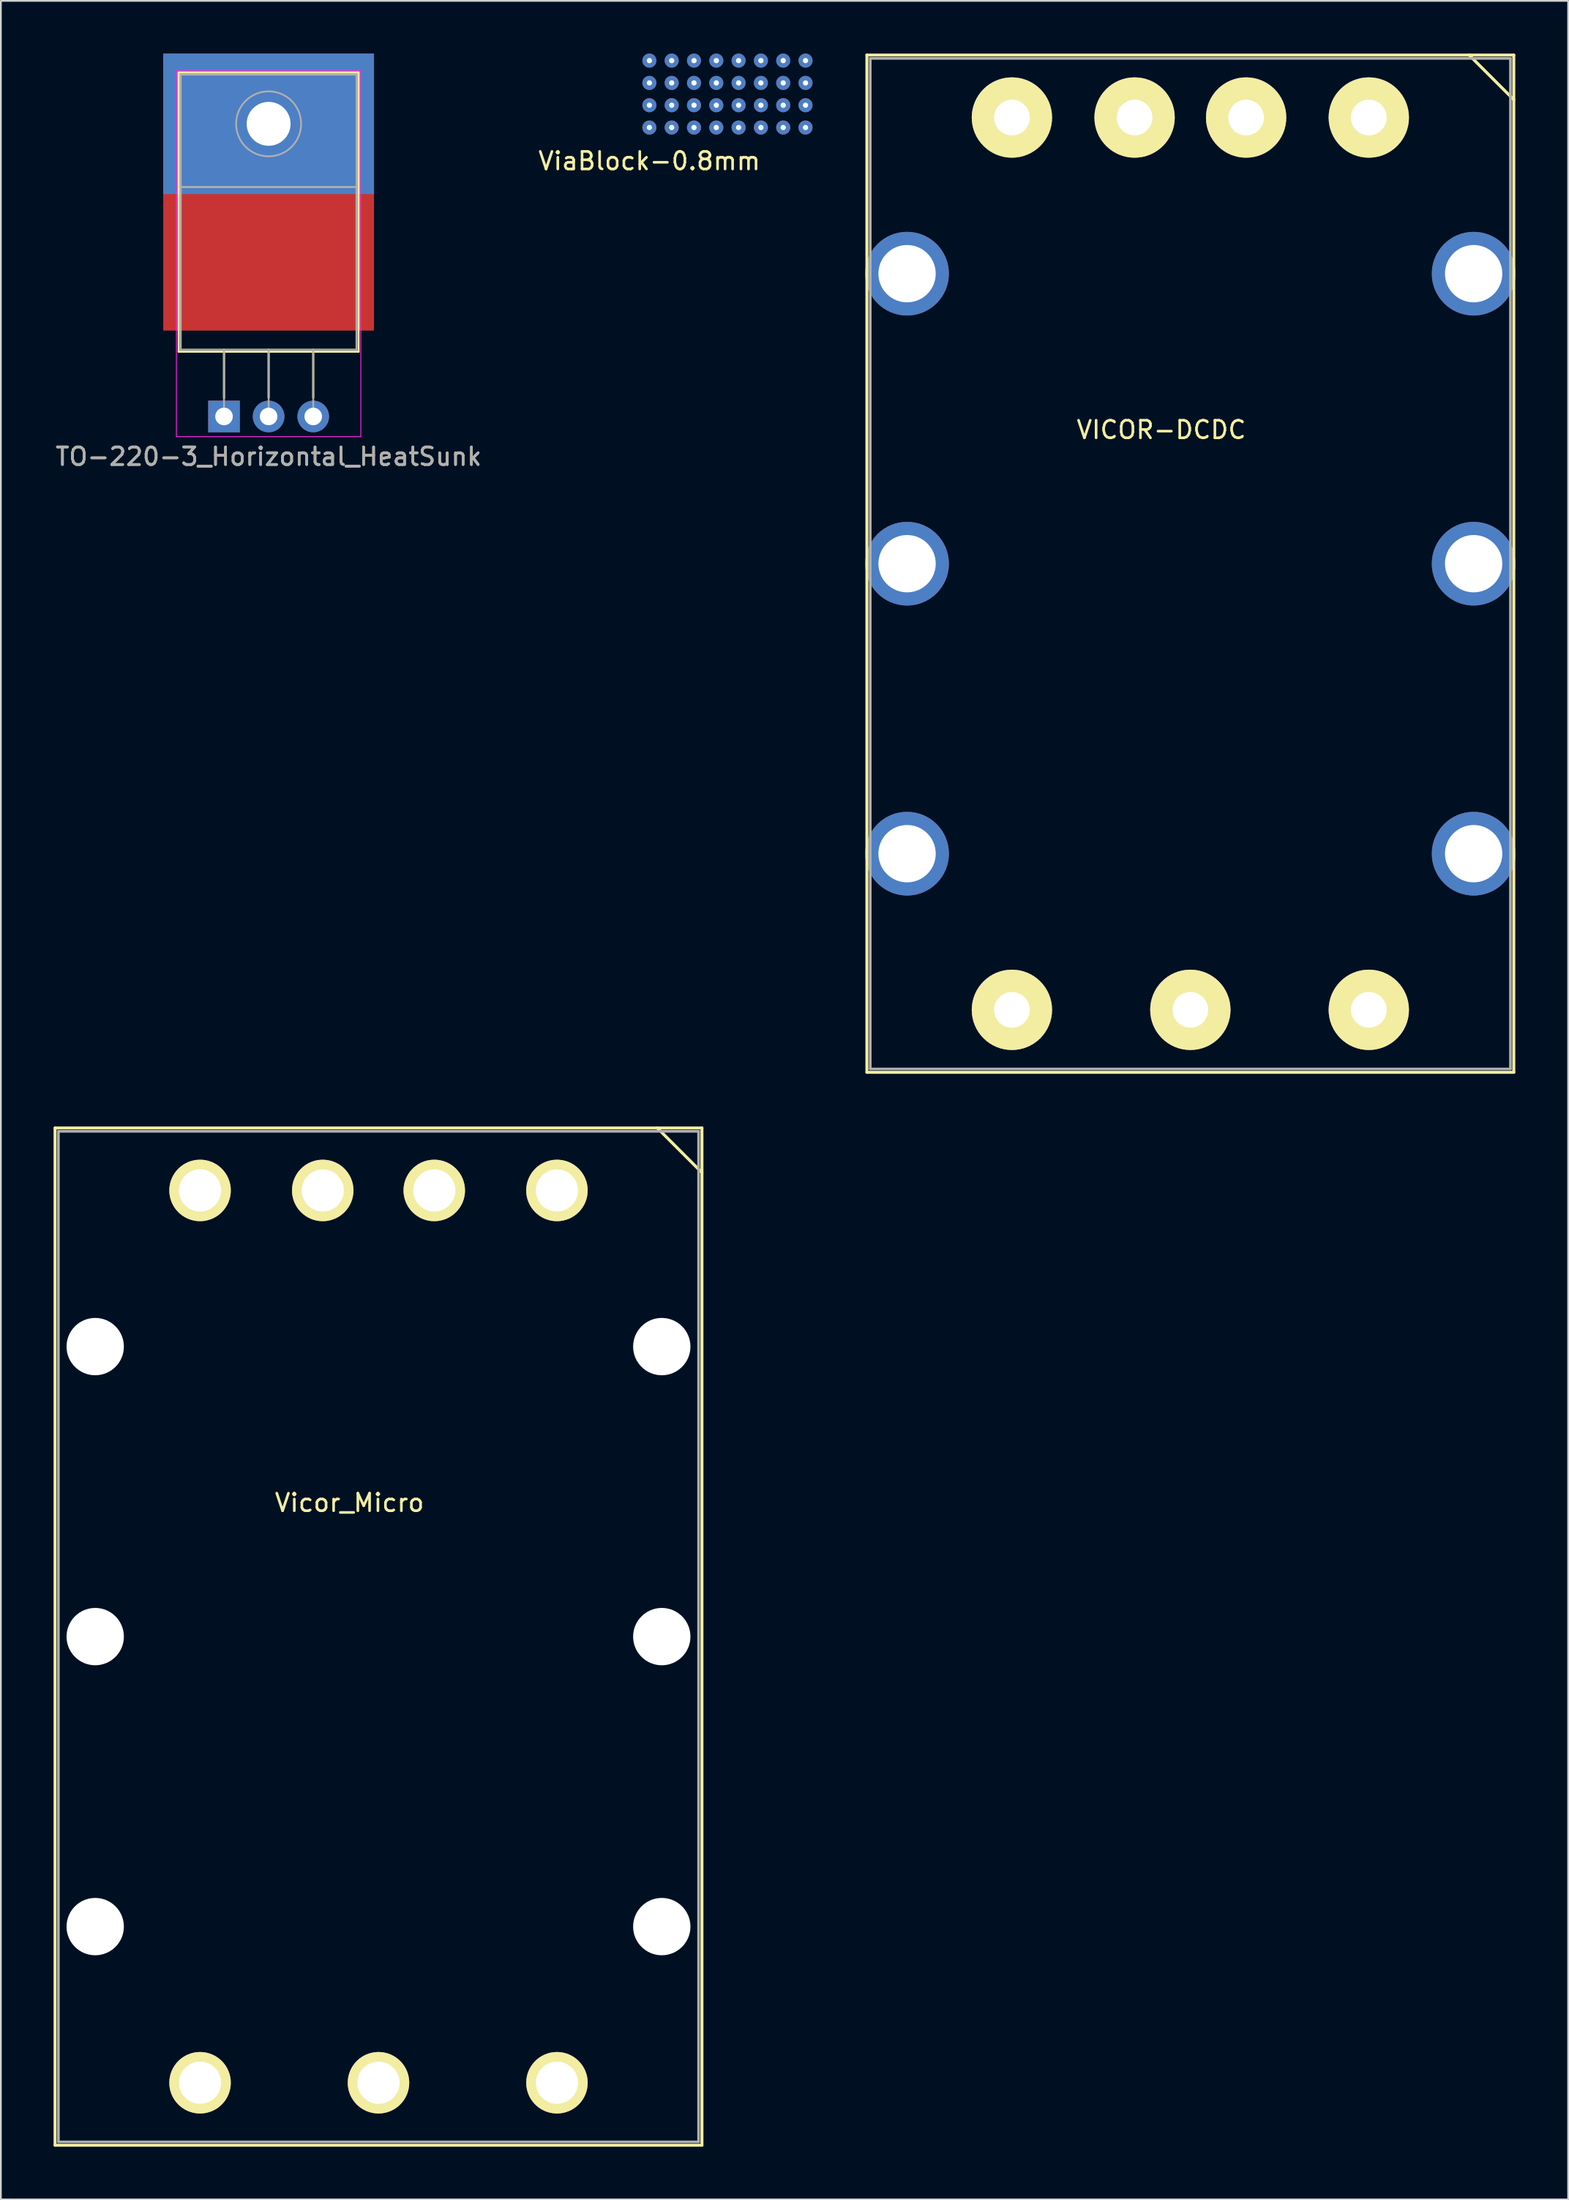
<source format=kicad_pcb>
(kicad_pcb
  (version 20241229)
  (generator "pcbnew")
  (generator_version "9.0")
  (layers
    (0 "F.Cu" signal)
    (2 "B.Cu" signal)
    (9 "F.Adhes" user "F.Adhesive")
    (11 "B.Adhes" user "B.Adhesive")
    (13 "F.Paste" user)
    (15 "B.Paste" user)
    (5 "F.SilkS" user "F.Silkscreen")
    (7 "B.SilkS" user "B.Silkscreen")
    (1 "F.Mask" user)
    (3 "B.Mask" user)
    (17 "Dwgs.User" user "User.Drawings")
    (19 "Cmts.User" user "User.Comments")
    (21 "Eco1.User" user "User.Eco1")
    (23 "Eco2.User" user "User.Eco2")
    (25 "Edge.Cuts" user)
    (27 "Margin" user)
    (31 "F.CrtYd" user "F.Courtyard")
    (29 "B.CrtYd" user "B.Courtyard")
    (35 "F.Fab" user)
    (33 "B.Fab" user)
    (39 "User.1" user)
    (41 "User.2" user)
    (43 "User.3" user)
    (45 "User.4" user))
  (footprint "TO-220-3_Horizontal_HeatSunk"
    (layer "F.Cu")
    (at 9.704 20.66)
    (property "Reference" "TO-220-3_Horizontal_HeatSunk" (at 2.54 2.28 0) (layer "F.SilkS") (effects (font (size 1 1) (thickness 0.15))))
    (attr through_hole)
    (fp_line (start -2.58 -19.58) (end -2.58 -3.69) (stroke (width 0.12) (type solid)) (layer "F.SilkS"))
    (fp_line (start -2.58 -19.58) (end 7.66 -19.58) (stroke (width 0.12) (type solid)) (layer "F.SilkS"))
    (fp_line (start -2.58 -3.69) (end 7.66 -3.69) (stroke (width 0.12) (type solid)) (layer "F.SilkS"))
    (fp_line (start 0 -3.69) (end 0 -1.05) (stroke (width 0.12) (type solid)) (layer "F.SilkS"))
    (fp_line (start 2.54 -3.69) (end 2.54 -1.066) (stroke (width 0.12) (type solid)) (layer "F.SilkS"))
    (fp_line (start 5.08 -3.69) (end 5.08 -1.066) (stroke (width 0.12) (type solid)) (layer "F.SilkS"))
    (fp_line (start 7.66 -19.58) (end 7.66 -3.69) (stroke (width 0.12) (type solid)) (layer "F.SilkS"))
    (fp_line (start -2.71 -19.71) (end -2.71 1.15) (stroke (width 0.05) (type solid)) (layer "F.CrtYd"))
    (fp_line (start -2.71 1.15) (end 7.79 1.15) (stroke (width 0.05) (type solid)) (layer "F.CrtYd"))
    (fp_line (start 7.79 -19.71) (end -2.71 -19.71) (stroke (width 0.05) (type solid)) (layer "F.CrtYd"))
    (fp_line (start 7.79 1.15) (end 7.79 -19.71) (stroke (width 0.05) (type solid)) (layer "F.CrtYd"))
    (fp_line (start -2.46 -19.46) (end 7.54 -19.46) (stroke (width 0.1) (type solid)) (layer "F.Fab"))
    (fp_line (start -2.46 -13.06) (end -2.46 -19.46) (stroke (width 0.1) (type solid)) (layer "F.Fab"))
    (fp_line (start -2.46 -13.06) (end 7.54 -13.06) (stroke (width 0.1) (type solid)) (layer "F.Fab"))
    (fp_line (start -2.46 -3.81) (end -2.46 -13.06) (stroke (width 0.1) (type solid)) (layer "F.Fab"))
    (fp_line (start 0 -3.81) (end 0 0) (stroke (width 0.1) (type solid)) (layer "F.Fab"))
    (fp_line (start 2.54 -3.81) (end 2.54 0) (stroke (width 0.1) (type solid)) (layer "F.Fab"))
    (fp_line (start 5.08 -3.81) (end 5.08 0) (stroke (width 0.1) (type solid)) (layer "F.Fab"))
    (fp_line (start 7.54 -19.46) (end 7.54 -13.06) (stroke (width 0.1) (type solid)) (layer "F.Fab"))
    (fp_line (start 7.54 -13.06) (end -2.46 -13.06) (stroke (width 0.1) (type solid)) (layer "F.Fab"))
    (fp_line (start 7.54 -13.06) (end 7.54 -3.81) (stroke (width 0.1) (type solid)) (layer "F.Fab"))
    (fp_line (start 7.54 -3.81) (end -2.46 -3.81) (stroke (width 0.1) (type solid)) (layer "F.Fab"))
    (fp_circle (center 2.54 -16.66) (end 4.39 -16.66) (stroke (width 0.1) (type solid)) (fill no) (layer "F.Fab"))
    (fp_text user "${REFERENCE}" (at 2.54 2.28 0) (layer "F.Fab") (effects (font (size 1 1) (thickness 0.15))))
    (pad "1" thru_hole rect (at 0 0) (size 1.8 1.8) (drill 1) (layers "*.Cu" "*.Mask"))
    (pad "2" thru_hole rect (at 2.54 -16.66) (size 12 8) (drill 2.5) (layers "*.Cu" "*.Mask" "F.Paste"))
    (pad "2" smd rect (at 2.54 -8.89) (size 12 8) (layers "F.Cu" "F.Mask" "F.Paste"))
    (pad "2" thru_hole oval (at 2.54 0) (size 1.8 1.8) (drill 1) (layers "*.Cu" "*.Mask"))
    (pad "3" thru_hole oval (at 5.08 0) (size 1.8 1.8) (drill 1) (layers "*.Cu" "*.Mask")))
  (footprint "ViaBlock-0.8mm"
    (layer "F.Cu")
    (at 33.923 4.21)
    (property "Reference" "ViaBlock-0.8mm" (at 0 1.905 0) (layer "F.SilkS") (effects (font (size 1 1) (thickness 0.15))))
    (attr through_hole)
    (pad "1" thru_hole circle (at 0 -3.81) (size 0.8 0.8) (drill 0.3) (layers "*.Cu"))
    (pad "1" thru_hole circle (at 0 -2.54) (size 0.8 0.8) (drill 0.3) (layers "*.Cu"))
    (pad "1" thru_hole circle (at 0 -1.27) (size 0.8 0.8) (drill 0.3) (layers "*.Cu"))
    (pad "1" thru_hole circle (at 0 0) (size 0.8 0.8) (drill 0.3) (layers "*.Cu"))
    (pad "1" thru_hole circle (at 1.27 -3.81) (size 0.8 0.8) (drill 0.3) (layers "*.Cu"))
    (pad "1" thru_hole circle (at 1.27 -2.54) (size 0.8 0.8) (drill 0.3) (layers "*.Cu"))
    (pad "1" thru_hole circle (at 1.27 -1.27) (size 0.8 0.8) (drill 0.3) (layers "*.Cu"))
    (pad "1" thru_hole circle (at 1.27 0) (size 0.8 0.8) (drill 0.3) (layers "*.Cu"))
    (pad "1" thru_hole circle (at 2.54 -3.81) (size 0.8 0.8) (drill 0.3) (layers "*.Cu"))
    (pad "1" thru_hole circle (at 2.54 -2.54) (size 0.8 0.8) (drill 0.3) (layers "*.Cu"))
    (pad "1" thru_hole circle (at 2.54 -1.27) (size 0.8 0.8) (drill 0.3) (layers "*.Cu"))
    (pad "1" thru_hole circle (at 2.54 0) (size 0.8 0.8) (drill 0.3) (layers "*.Cu"))
    (pad "1" thru_hole circle (at 3.81 -3.81) (size 0.8 0.8) (drill 0.3) (layers "*.Cu"))
    (pad "1" thru_hole circle (at 3.81 -2.54) (size 0.8 0.8) (drill 0.3) (layers "*.Cu"))
    (pad "1" thru_hole circle (at 3.81 -1.27) (size 0.8 0.8) (drill 0.3) (layers "*.Cu"))
    (pad "1" thru_hole circle (at 3.81 0) (size 0.8 0.8) (drill 0.3) (layers "*.Cu"))
    (pad "1" thru_hole circle (at 5.08 -3.81) (size 0.8 0.8) (drill 0.3) (layers "*.Cu"))
    (pad "1" thru_hole circle (at 5.08 -2.54) (size 0.8 0.8) (drill 0.3) (layers "*.Cu"))
    (pad "1" thru_hole circle (at 5.08 -1.27) (size 0.8 0.8) (drill 0.3) (layers "*.Cu"))
    (pad "1" thru_hole circle (at 5.08 0) (size 0.8 0.8) (drill 0.3) (layers "*.Cu"))
    (pad "1" thru_hole circle (at 6.35 -3.81) (size 0.8 0.8) (drill 0.3) (layers "*.Cu"))
    (pad "1" thru_hole circle (at 6.35 -2.54) (size 0.8 0.8) (drill 0.3) (layers "*.Cu"))
    (pad "1" thru_hole circle (at 6.35 -1.27) (size 0.8 0.8) (drill 0.3) (layers "*.Cu"))
    (pad "1" thru_hole circle (at 6.35 0) (size 0.8 0.8) (drill 0.3) (layers "*.Cu"))
    (pad "1" thru_hole circle (at 7.62 -3.81) (size 0.8 0.8) (drill 0.3) (layers "*.Cu"))
    (pad "1" thru_hole circle (at 7.62 -2.54) (size 0.8 0.8) (drill 0.3) (layers "*.Cu"))
    (pad "1" thru_hole circle (at 7.62 -1.27) (size 0.8 0.8) (drill 0.3) (layers "*.Cu"))
    (pad "1" thru_hole circle (at 7.62 0) (size 0.8 0.8) (drill 0.3) (layers "*.Cu"))
    (pad "1" thru_hole circle (at 8.89 -3.81) (size 0.8 0.8) (drill 0.3) (layers "*.Cu"))
    (pad "1" thru_hole circle (at 8.89 -2.54) (size 0.8 0.8) (drill 0.3) (layers "*.Cu"))
    (pad "1" thru_hole circle (at 8.89 -1.27) (size 0.8 0.8) (drill 0.3) (layers "*.Cu"))
    (pad "1" thru_hole circle (at 8.89 0) (size 0.8 0.8) (drill 0.3) (layers "*.Cu")))
  (footprint "Vicor_Micro"
    (layer "F.Cu")
    (at 34.629 64.723)
    (property "Reference" "Vicor_Micro" (at -17.78 17.78 0) (layer "F.SilkS") (effects (font (size 1 1) (thickness 0.15))))
    (attr through_hole)
    (fp_line (start -34.544 -3.556) (end -34.544 54.356) (stroke (width 0.17) (type solid)) (layer "F.SilkS"))
    (fp_line (start -0.254 -3.556) (end 2.286 -1.016) (stroke (width 0.17) (type solid)) (layer "F.SilkS"))
    (fp_line (start 2.286 -3.556) (end -34.544 -3.556) (stroke (width 0.17) (type solid)) (layer "F.SilkS"))
    (fp_line (start 2.286 -3.556) (end 2.286 54.356) (stroke (width 0.17) (type solid)) (layer "F.SilkS"))
    (fp_line (start 2.286 54.356) (end -34.544 54.356) (stroke (width 0.17) (type solid)) (layer "F.SilkS"))
    (fp_line (start -34.353 -3.365) (end 2.095 -3.365) (stroke (width 0.15) (type solid)) (layer "F.Fab"))
    (fp_line (start -34.353 54.166) (end -34.353 -3.365) (stroke (width 0.15) (type solid)) (layer "F.Fab"))
    (fp_line (start 2.095 -3.365) (end 2.095 54.166) (stroke (width 0.15) (type solid)) (layer "F.Fab"))
    (fp_line (start 2.095 54.166) (end -34.353 54.166) (stroke (width 0.15) (type solid)) (layer "F.Fab"))
    (pad "" np_thru_hole circle (at -32.258 8.89) (size 3.264 3.264) (drill 3.264) (layers "*.Cu" "*.Mask"))
    (pad "" np_thru_hole circle (at -32.258 25.4) (size 3.264 3.264) (drill 3.264) (layers "*.Cu" "*.Mask"))
    (pad "" np_thru_hole circle (at -32.258 41.91) (size 3.264 3.264) (drill 3.264) (layers "*.Cu" "*.Mask"))
    (pad "" np_thru_hole circle (at 0 8.89) (size 3.264 3.264) (drill 3.264) (layers "*.Cu" "*.Mask"))
    (pad "" np_thru_hole circle (at 0 25.4) (size 3.264 3.264) (drill 3.264) (layers "*.Cu" "*.Mask"))
    (pad "" np_thru_hole circle (at 0 41.91) (size 3.264 3.264) (drill 3.264) (layers "*.Cu" "*.Mask"))
    (pad "1" thru_hole circle (at -5.969 0) (size 3.5 3.5) (drill 2.4) (layers "*.Cu" "*.Mask" "F.SilkS"))
    (pad "2" thru_hole circle (at -12.954 0) (size 3.5 3.5) (drill 2.4) (layers "*.Cu" "*.Mask" "F.SilkS"))
    (pad "3" thru_hole circle (at -19.304 0) (size 3.5 3.5) (drill 2.4) (layers "*.Cu" "*.Mask" "F.SilkS"))
    (pad "4" thru_hole circle (at -26.289 0) (size 3.5 3.5) (drill 2.4) (layers "*.Cu" "*.Mask" "F.SilkS"))
    (pad "5" thru_hole circle (at -26.289 50.8) (size 3.5 3.5) (drill 2.4) (layers "*.Cu" "*.Mask" "F.SilkS"))
    (pad "6" thru_hole circle (at -16.129 50.8) (size 3.5 3.5) (drill 2.4) (layers "*.Cu" "*.Mask" "F.SilkS"))
    (pad "7" thru_hole circle (at -5.969 50.8) (size 3.5 3.5) (drill 2.4) (layers "*.Cu" "*.Mask" "F.SilkS")))
  (footprint "VICOR-DCDC"
    (layer "F.Cu")
    (at 80.852 3.641)
    (property "Reference" "VICOR-DCDC" (at -17.78 17.78 0) (layer "F.SilkS") (effects (font (size 1 1) (thickness 0.15))))
    (attr through_hole)
    (fp_line (start -34.544 -3.556) (end -34.544 54.356) (stroke (width 0.17) (type solid)) (layer "F.SilkS"))
    (fp_line (start -0.254 -3.556) (end 2.286 -1.016) (stroke (width 0.17) (type solid)) (layer "F.SilkS"))
    (fp_line (start 2.286 -3.556) (end -34.544 -3.556) (stroke (width 0.17) (type solid)) (layer "F.SilkS"))
    (fp_line (start 2.286 -3.556) (end 2.286 54.356) (stroke (width 0.17) (type solid)) (layer "F.SilkS"))
    (fp_line (start 2.286 54.356) (end -34.544 54.356) (stroke (width 0.17) (type solid)) (layer "F.SilkS"))
    (fp_line (start -34.353 -3.365) (end 2.095 -3.365) (stroke (width 0.15) (type solid)) (layer "F.Fab"))
    (fp_line (start -34.353 54.166) (end -34.353 -3.365) (stroke (width 0.15) (type solid)) (layer "F.Fab"))
    (fp_line (start 2.095 -3.365) (end 2.095 54.166) (stroke (width 0.15) (type solid)) (layer "F.Fab"))
    (fp_line (start 2.095 54.166) (end -34.353 54.166) (stroke (width 0.15) (type solid)) (layer "F.Fab"))
    (pad "1" thru_hole circle (at -5.969 0) (size 4.572 4.572) (drill 2.032) (layers "*.Cu" "*.Mask" "F.SilkS"))
    (pad "2" thru_hole circle (at -12.954 0) (size 4.572 4.572) (drill 2.032) (layers "*.Cu" "*.Mask" "F.SilkS"))
    (pad "3" thru_hole circle (at -19.304 0) (size 4.572 4.572) (drill 2.032) (layers "*.Cu" "*.Mask" "F.SilkS"))
    (pad "4" thru_hole circle (at -26.289 0) (size 4.572 4.572) (drill 2.032) (layers "*.Cu" "*.Mask" "F.SilkS"))
    (pad "5" thru_hole circle (at -26.289 50.8) (size 4.572 4.572) (drill 2.032) (layers "*.Cu" "*.Mask" "F.SilkS"))
    (pad "6" thru_hole circle (at -16.129 50.8) (size 4.572 4.572) (drill 2.032) (layers "*.Cu" "*.Mask" "F.SilkS"))
    (pad "7" thru_hole circle (at -5.969 50.8) (size 4.572 4.572) (drill 2.032) (layers "*.Cu" "*.Mask" "F.SilkS"))
    (pad "C" thru_hole circle (at -32.258 8.89) (size 4.763 4.763) (drill 3.264) (layers "*.Cu" "*.Mask"))
    (pad "C" thru_hole circle (at -32.258 25.4) (size 4.763 4.763) (drill 3.264) (layers "*.Cu" "*.Mask"))
    (pad "C" thru_hole circle (at -32.258 41.91) (size 4.763 4.763) (drill 3.264) (layers "*.Cu" "*.Mask"))
    (pad "C" thru_hole circle (at 0 8.89) (size 4.763 4.763) (drill 3.264) (layers "*.Cu" "*.Mask"))
    (pad "C" thru_hole circle (at 0 25.4) (size 4.763 4.763) (drill 3.264) (layers "*.Cu" "*.Mask"))
    (pad "C" thru_hole circle (at 0 41.91) (size 4.763 4.763) (drill 3.264) (layers "*.Cu" "*.Mask")))
  (gr_rect
    (start -3 -3)
    (end 86.233 122.164)
    (stroke (width 0.1) (type default))
    (fill no)
    (layer "Edge.Cuts")))
</source>
